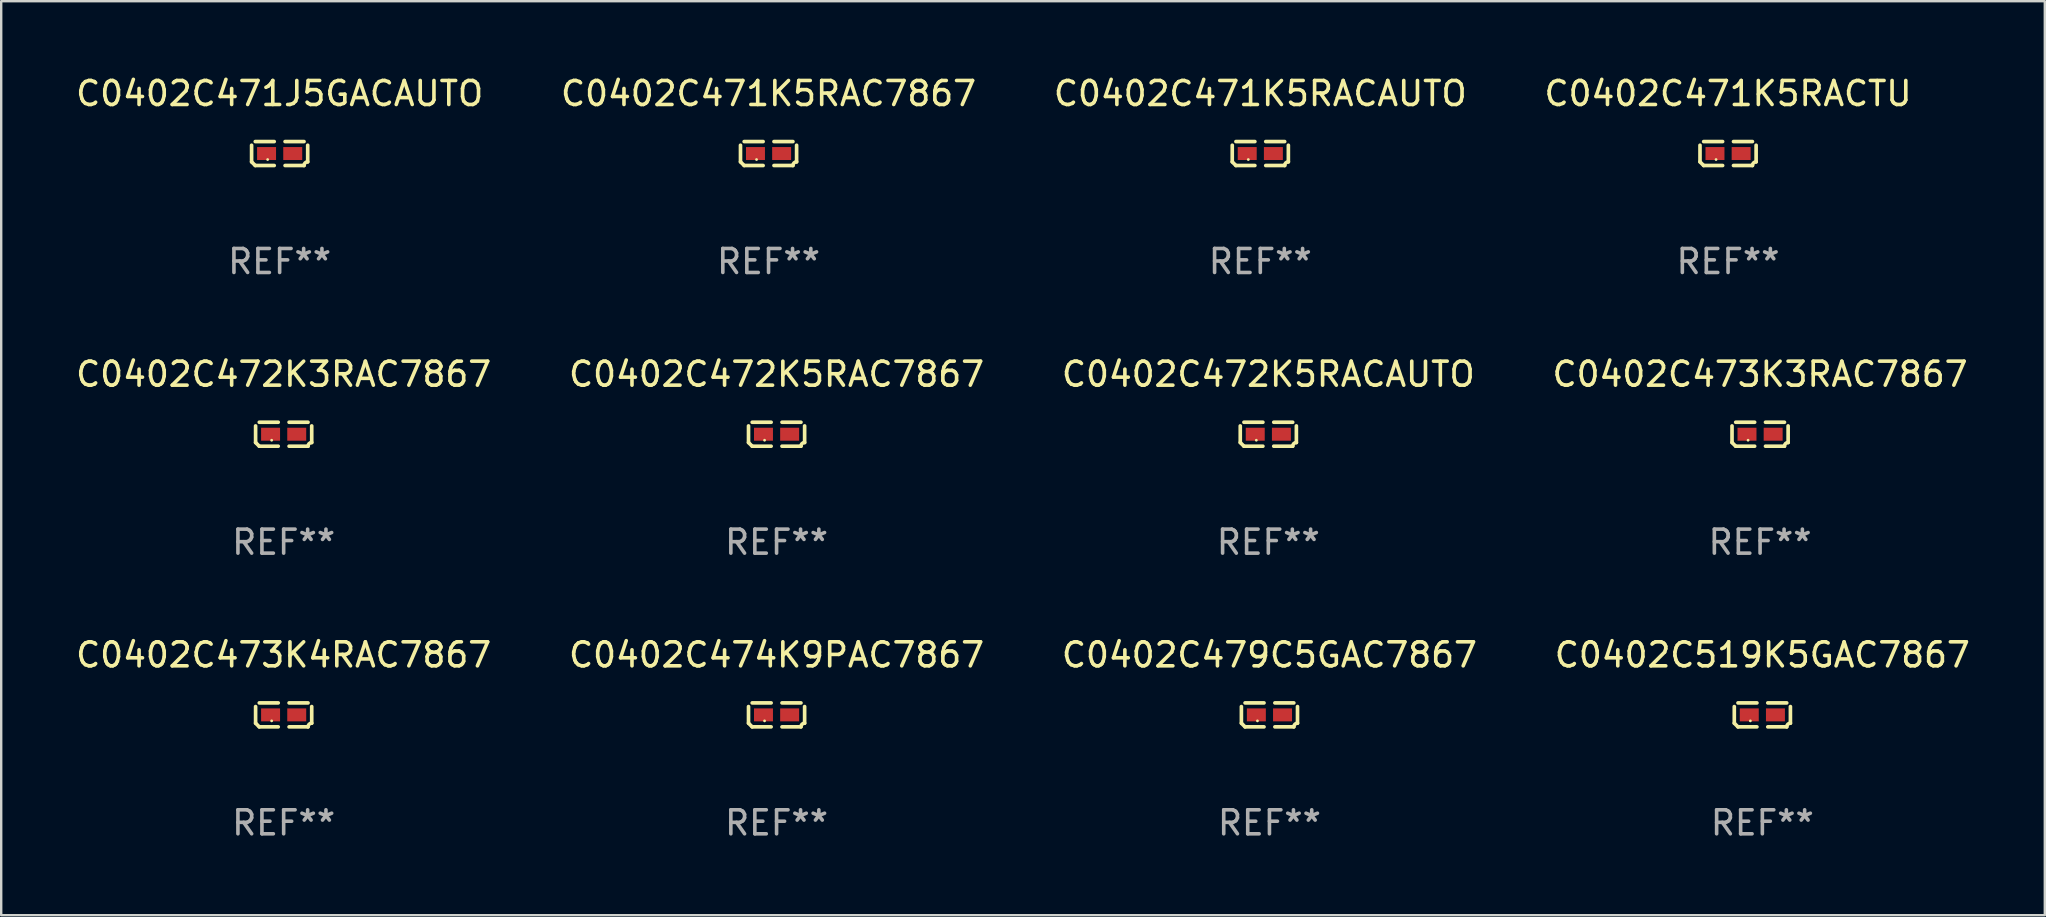
<source format=kicad_pcb>
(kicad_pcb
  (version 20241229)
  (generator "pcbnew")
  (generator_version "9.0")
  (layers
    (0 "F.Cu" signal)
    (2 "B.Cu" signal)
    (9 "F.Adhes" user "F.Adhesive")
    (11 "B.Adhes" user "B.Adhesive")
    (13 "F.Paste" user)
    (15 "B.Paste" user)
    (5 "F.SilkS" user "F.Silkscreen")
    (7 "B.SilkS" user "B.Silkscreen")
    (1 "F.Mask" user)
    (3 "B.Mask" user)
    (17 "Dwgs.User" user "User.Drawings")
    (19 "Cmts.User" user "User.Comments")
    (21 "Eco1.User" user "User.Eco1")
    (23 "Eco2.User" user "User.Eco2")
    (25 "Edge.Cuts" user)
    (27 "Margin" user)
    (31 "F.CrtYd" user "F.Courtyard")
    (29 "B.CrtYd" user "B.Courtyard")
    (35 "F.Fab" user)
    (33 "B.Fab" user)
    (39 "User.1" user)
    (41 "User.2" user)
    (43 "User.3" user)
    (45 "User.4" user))
  (footprint "C0402C471J5GACAUTO"
    (layer "F.Cu")
    (at 8.601 3.347)
    (property "Reference" "C0402C471J5GACAUTO" (at 0 -2.499 0) (layer "F.SilkS") (effects (font (size 1 1) (thickness 0.15))))
    (attr through_hole)
    (fp_line (start -1.169 0.346) (end -1.169 -0.346) (stroke (width 0.152) (type solid)) (layer "F.SilkS"))
    (fp_line (start -1.016 -0.499) (end -0.226 -0.499) (stroke (width 0.152) (type solid)) (layer "F.SilkS"))
    (fp_line (start -0.226 0.499) (end -1.016 0.499) (stroke (width 0.152) (type solid)) (layer "F.SilkS"))
    (fp_line (start 0.226 0.499) (end 1.016 0.499) (stroke (width 0.152) (type solid)) (layer "F.SilkS"))
    (fp_line (start 1.016 -0.499) (end 0.226 -0.499) (stroke (width 0.152) (type solid)) (layer "F.SilkS"))
    (fp_line (start 1.169 0.346) (end 1.169 -0.346) (stroke (width 0.152) (type solid)) (layer "F.SilkS"))
    (fp_arc (start -1.016307 0.498603) (mid -1.092512 0.422405) (end -1.16871 0.3462) (stroke (width 0.1524) (type solid)) (layer "F.SilkS"))
    (fp_arc (start 1.016307 0.498603) (mid 1.060899 0.390758) (end 1.168707 0.346076) (stroke (width 0.1524) (type solid)) (layer "F.SilkS"))
    (fp_circle (center -0.5 0.25) (end -0.47 0.25) (stroke (width 0.06) (type solid)) (fill no) (layer "F.SilkS"))
    (fp_text user "REF**" (at 0 4.499 0) (layer "F.Fab") (effects (font (size 1 1) (thickness 0.15))))
    (pad "1" smd rect (at -0.545 0) (size 0.79 0.54) (layers "F.Cu" "F.Mask" "F.Paste"))
    (pad "2" smd rect (at 0.545 0) (size 0.79 0.54) (layers "F.Cu" "F.Mask" "F.Paste")))
  (footprint "C0402C471K5RACTU"
    (layer "F.Cu")
    (at 68.946 3.347)
    (property "Reference" "C0402C471K5RACTU" (at 0 -2.499 0) (layer "F.SilkS") (effects (font (size 1 1) (thickness 0.15))))
    (attr through_hole)
    (fp_line (start -1.169 0.346) (end -1.169 -0.346) (stroke (width 0.152) (type solid)) (layer "F.SilkS"))
    (fp_line (start -1.016 -0.499) (end -0.226 -0.499) (stroke (width 0.152) (type solid)) (layer "F.SilkS"))
    (fp_line (start -0.226 0.499) (end -1.016 0.499) (stroke (width 0.152) (type solid)) (layer "F.SilkS"))
    (fp_line (start 0.226 0.499) (end 1.016 0.499) (stroke (width 0.152) (type solid)) (layer "F.SilkS"))
    (fp_line (start 1.016 -0.499) (end 0.226 -0.499) (stroke (width 0.152) (type solid)) (layer "F.SilkS"))
    (fp_line (start 1.169 0.346) (end 1.169 -0.346) (stroke (width 0.152) (type solid)) (layer "F.SilkS"))
    (fp_arc (start -1.016307 0.498603) (mid -1.092512 0.422405) (end -1.16871 0.3462) (stroke (width 0.1524) (type solid)) (layer "F.SilkS"))
    (fp_arc (start 1.016307 0.498603) (mid 1.060899 0.390758) (end 1.168707 0.346076) (stroke (width 0.1524) (type solid)) (layer "F.SilkS"))
    (fp_circle (center -0.5 0.25) (end -0.47 0.25) (stroke (width 0.06) (type solid)) (fill no) (layer "F.SilkS"))
    (fp_text user "REF**" (at 0 4.499 0) (layer "F.Fab") (effects (font (size 1 1) (thickness 0.15))))
    (pad "1" smd rect (at -0.545 0) (size 0.79 0.54) (layers "F.Cu" "F.Mask" "F.Paste"))
    (pad "2" smd rect (at 0.545 0) (size 0.79 0.54) (layers "F.Cu" "F.Mask" "F.Paste")))
  (footprint "C0402C519K5GAC7867"
    (layer "F.Cu")
    (at 70.375 26.734)
    (property "Reference" "C0402C519K5GAC7867" (at 0 -2.499 0) (layer "F.SilkS") (effects (font (size 1 1) (thickness 0.15))))
    (attr through_hole)
    (fp_line (start -1.169 0.346) (end -1.169 -0.346) (stroke (width 0.152) (type solid)) (layer "F.SilkS"))
    (fp_line (start -1.016 -0.499) (end -0.226 -0.499) (stroke (width 0.152) (type solid)) (layer "F.SilkS"))
    (fp_line (start -0.226 0.499) (end -1.016 0.499) (stroke (width 0.152) (type solid)) (layer "F.SilkS"))
    (fp_line (start 0.226 0.499) (end 1.016 0.499) (stroke (width 0.152) (type solid)) (layer "F.SilkS"))
    (fp_line (start 1.016 -0.499) (end 0.226 -0.499) (stroke (width 0.152) (type solid)) (layer "F.SilkS"))
    (fp_line (start 1.169 0.346) (end 1.169 -0.346) (stroke (width 0.152) (type solid)) (layer "F.SilkS"))
    (fp_arc (start -1.016307 0.498603) (mid -1.092512 0.422405) (end -1.16871 0.3462) (stroke (width 0.1524) (type solid)) (layer "F.SilkS"))
    (fp_arc (start 1.016307 0.498603) (mid 1.060899 0.390758) (end 1.168707 0.346076) (stroke (width 0.1524) (type solid)) (layer "F.SilkS"))
    (fp_circle (center -0.5 0.25) (end -0.47 0.25) (stroke (width 0.06) (type solid)) (fill no) (layer "F.SilkS"))
    (fp_text user "REF**" (at 0 4.499 0) (layer "F.Fab") (effects (font (size 1 1) (thickness 0.15))))
    (pad "1" smd rect (at -0.545 0) (size 0.79 0.54) (layers "F.Cu" "F.Mask" "F.Paste"))
    (pad "2" smd rect (at 0.545 0) (size 0.79 0.54) (layers "F.Cu" "F.Mask" "F.Paste")))
  (footprint "C0402C472K5RAC7867"
    (layer "F.Cu")
    (at 29.304 15.041)
    (property "Reference" "C0402C472K5RAC7867" (at 0 -2.499 0) (layer "F.SilkS") (effects (font (size 1 1) (thickness 0.15))))
    (attr through_hole)
    (fp_line (start -1.169 0.346) (end -1.169 -0.346) (stroke (width 0.152) (type solid)) (layer "F.SilkS"))
    (fp_line (start -1.016 -0.499) (end -0.226 -0.499) (stroke (width 0.152) (type solid)) (layer "F.SilkS"))
    (fp_line (start -0.226 0.499) (end -1.016 0.499) (stroke (width 0.152) (type solid)) (layer "F.SilkS"))
    (fp_line (start 0.226 0.499) (end 1.016 0.499) (stroke (width 0.152) (type solid)) (layer "F.SilkS"))
    (fp_line (start 1.016 -0.499) (end 0.226 -0.499) (stroke (width 0.152) (type solid)) (layer "F.SilkS"))
    (fp_line (start 1.169 0.346) (end 1.169 -0.346) (stroke (width 0.152) (type solid)) (layer "F.SilkS"))
    (fp_arc (start -1.016307 0.498603) (mid -1.092512 0.422405) (end -1.16871 0.3462) (stroke (width 0.1524) (type solid)) (layer "F.SilkS"))
    (fp_arc (start 1.016307 0.498603) (mid 1.060899 0.390758) (end 1.168707 0.346076) (stroke (width 0.1524) (type solid)) (layer "F.SilkS"))
    (fp_circle (center -0.5 0.25) (end -0.47 0.25) (stroke (width 0.06) (type solid)) (fill no) (layer "F.SilkS"))
    (fp_text user "REF**" (at 0 4.499 0) (layer "F.Fab") (effects (font (size 1 1) (thickness 0.15))))
    (pad "1" smd rect (at -0.545 0) (size 0.79 0.54) (layers "F.Cu" "F.Mask" "F.Paste"))
    (pad "2" smd rect (at 0.545 0) (size 0.79 0.54) (layers "F.Cu" "F.Mask" "F.Paste")))
  (footprint "C0402C472K3RAC7867"
    (layer "F.Cu")
    (at 8.768 15.041)
    (property "Reference" "C0402C472K3RAC7867" (at 0 -2.499 0) (layer "F.SilkS") (effects (font (size 1 1) (thickness 0.15))))
    (attr through_hole)
    (fp_line (start -1.169 0.346) (end -1.169 -0.346) (stroke (width 0.152) (type solid)) (layer "F.SilkS"))
    (fp_line (start -1.016 -0.499) (end -0.226 -0.499) (stroke (width 0.152) (type solid)) (layer "F.SilkS"))
    (fp_line (start -0.226 0.499) (end -1.016 0.499) (stroke (width 0.152) (type solid)) (layer "F.SilkS"))
    (fp_line (start 0.226 0.499) (end 1.016 0.499) (stroke (width 0.152) (type solid)) (layer "F.SilkS"))
    (fp_line (start 1.016 -0.499) (end 0.226 -0.499) (stroke (width 0.152) (type solid)) (layer "F.SilkS"))
    (fp_line (start 1.169 0.346) (end 1.169 -0.346) (stroke (width 0.152) (type solid)) (layer "F.SilkS"))
    (fp_arc (start -1.016307 0.498603) (mid -1.092512 0.422405) (end -1.16871 0.3462) (stroke (width 0.1524) (type solid)) (layer "F.SilkS"))
    (fp_arc (start 1.016307 0.498603) (mid 1.060899 0.390758) (end 1.168707 0.346076) (stroke (width 0.1524) (type solid)) (layer "F.SilkS"))
    (fp_circle (center -0.5 0.25) (end -0.47 0.25) (stroke (width 0.06) (type solid)) (fill no) (layer "F.SilkS"))
    (fp_text user "REF**" (at 0 4.499 0) (layer "F.Fab") (effects (font (size 1 1) (thickness 0.15))))
    (pad "1" smd rect (at -0.545 0) (size 0.79 0.54) (layers "F.Cu" "F.Mask" "F.Paste"))
    (pad "2" smd rect (at 0.545 0) (size 0.79 0.54) (layers "F.Cu" "F.Mask" "F.Paste")))
  (footprint "C0402C473K4RAC7867"
    (layer "F.Cu")
    (at 8.768 26.734)
    (property "Reference" "C0402C473K4RAC7867" (at 0 -2.499 0) (layer "F.SilkS") (effects (font (size 1 1) (thickness 0.15))))
    (attr through_hole)
    (fp_line (start -1.169 0.346) (end -1.169 -0.346) (stroke (width 0.152) (type solid)) (layer "F.SilkS"))
    (fp_line (start -1.016 -0.499) (end -0.226 -0.499) (stroke (width 0.152) (type solid)) (layer "F.SilkS"))
    (fp_line (start -0.226 0.499) (end -1.016 0.499) (stroke (width 0.152) (type solid)) (layer "F.SilkS"))
    (fp_line (start 0.226 0.499) (end 1.016 0.499) (stroke (width 0.152) (type solid)) (layer "F.SilkS"))
    (fp_line (start 1.016 -0.499) (end 0.226 -0.499) (stroke (width 0.152) (type solid)) (layer "F.SilkS"))
    (fp_line (start 1.169 0.346) (end 1.169 -0.346) (stroke (width 0.152) (type solid)) (layer "F.SilkS"))
    (fp_arc (start -1.016307 0.498603) (mid -1.092512 0.422405) (end -1.16871 0.3462) (stroke (width 0.1524) (type solid)) (layer "F.SilkS"))
    (fp_arc (start 1.016307 0.498603) (mid 1.060899 0.390758) (end 1.168707 0.346076) (stroke (width 0.1524) (type solid)) (layer "F.SilkS"))
    (fp_circle (center -0.5 0.25) (end -0.47 0.25) (stroke (width 0.06) (type solid)) (fill no) (layer "F.SilkS"))
    (fp_text user "REF**" (at 0 4.499 0) (layer "F.Fab") (effects (font (size 1 1) (thickness 0.15))))
    (pad "1" smd rect (at -0.545 0) (size 0.79 0.54) (layers "F.Cu" "F.Mask" "F.Paste"))
    (pad "2" smd rect (at 0.545 0) (size 0.79 0.54) (layers "F.Cu" "F.Mask" "F.Paste")))
  (footprint "C0402C474K9PAC7867"
    (layer "F.Cu")
    (at 29.304 26.734)
    (property "Reference" "C0402C474K9PAC7867" (at 0 -2.499 0) (layer "F.SilkS") (effects (font (size 1 1) (thickness 0.15))))
    (attr through_hole)
    (fp_line (start -1.169 0.346) (end -1.169 -0.346) (stroke (width 0.152) (type solid)) (layer "F.SilkS"))
    (fp_line (start -1.016 -0.499) (end -0.226 -0.499) (stroke (width 0.152) (type solid)) (layer "F.SilkS"))
    (fp_line (start -0.226 0.499) (end -1.016 0.499) (stroke (width 0.152) (type solid)) (layer "F.SilkS"))
    (fp_line (start 0.226 0.499) (end 1.016 0.499) (stroke (width 0.152) (type solid)) (layer "F.SilkS"))
    (fp_line (start 1.016 -0.499) (end 0.226 -0.499) (stroke (width 0.152) (type solid)) (layer "F.SilkS"))
    (fp_line (start 1.169 0.346) (end 1.169 -0.346) (stroke (width 0.152) (type solid)) (layer "F.SilkS"))
    (fp_arc (start -1.016307 0.498603) (mid -1.092512 0.422405) (end -1.16871 0.3462) (stroke (width 0.1524) (type solid)) (layer "F.SilkS"))
    (fp_arc (start 1.016307 0.498603) (mid 1.060899 0.390758) (end 1.168707 0.346076) (stroke (width 0.1524) (type solid)) (layer "F.SilkS"))
    (fp_circle (center -0.5 0.25) (end -0.47 0.25) (stroke (width 0.06) (type solid)) (fill no) (layer "F.SilkS"))
    (fp_text user "REF**" (at 0 4.499 0) (layer "F.Fab") (effects (font (size 1 1) (thickness 0.15))))
    (pad "1" smd rect (at -0.545 0) (size 0.79 0.54) (layers "F.Cu" "F.Mask" "F.Paste"))
    (pad "2" smd rect (at 0.545 0) (size 0.79 0.54) (layers "F.Cu" "F.Mask" "F.Paste")))
  (footprint "C0402C471K5RACAUTO"
    (layer "F.Cu")
    (at 49.458 3.347)
    (property "Reference" "C0402C471K5RACAUTO" (at 0 -2.499 0) (layer "F.SilkS") (effects (font (size 1 1) (thickness 0.15))))
    (attr through_hole)
    (fp_line (start -1.169 0.346) (end -1.169 -0.346) (stroke (width 0.152) (type solid)) (layer "F.SilkS"))
    (fp_line (start -1.016 -0.499) (end -0.226 -0.499) (stroke (width 0.152) (type solid)) (layer "F.SilkS"))
    (fp_line (start -0.226 0.499) (end -1.016 0.499) (stroke (width 0.152) (type solid)) (layer "F.SilkS"))
    (fp_line (start 0.226 0.499) (end 1.016 0.499) (stroke (width 0.152) (type solid)) (layer "F.SilkS"))
    (fp_line (start 1.016 -0.499) (end 0.226 -0.499) (stroke (width 0.152) (type solid)) (layer "F.SilkS"))
    (fp_line (start 1.169 0.346) (end 1.169 -0.346) (stroke (width 0.152) (type solid)) (layer "F.SilkS"))
    (fp_arc (start -1.016307 0.498603) (mid -1.092512 0.422405) (end -1.16871 0.3462) (stroke (width 0.1524) (type solid)) (layer "F.SilkS"))
    (fp_arc (start 1.016307 0.498603) (mid 1.060899 0.390758) (end 1.168707 0.346076) (stroke (width 0.1524) (type solid)) (layer "F.SilkS"))
    (fp_circle (center -0.5 0.25) (end -0.47 0.25) (stroke (width 0.06) (type solid)) (fill no) (layer "F.SilkS"))
    (fp_text user "REF**" (at 0 4.499 0) (layer "F.Fab") (effects (font (size 1 1) (thickness 0.15))))
    (pad "1" smd rect (at -0.545 0) (size 0.79 0.54) (layers "F.Cu" "F.Mask" "F.Paste"))
    (pad "2" smd rect (at 0.545 0) (size 0.79 0.54) (layers "F.Cu" "F.Mask" "F.Paste")))
  (footprint "C0402C479C5GAC7867"
    (layer "F.Cu")
    (at 49.839 26.734)
    (property "Reference" "C0402C479C5GAC7867" (at 0 -2.499 0) (layer "F.SilkS") (effects (font (size 1 1) (thickness 0.15))))
    (attr through_hole)
    (fp_line (start -1.169 0.346) (end -1.169 -0.346) (stroke (width 0.152) (type solid)) (layer "F.SilkS"))
    (fp_line (start -1.016 -0.499) (end -0.226 -0.499) (stroke (width 0.152) (type solid)) (layer "F.SilkS"))
    (fp_line (start -0.226 0.499) (end -1.016 0.499) (stroke (width 0.152) (type solid)) (layer "F.SilkS"))
    (fp_line (start 0.226 0.499) (end 1.016 0.499) (stroke (width 0.152) (type solid)) (layer "F.SilkS"))
    (fp_line (start 1.016 -0.499) (end 0.226 -0.499) (stroke (width 0.152) (type solid)) (layer "F.SilkS"))
    (fp_line (start 1.169 0.346) (end 1.169 -0.346) (stroke (width 0.152) (type solid)) (layer "F.SilkS"))
    (fp_arc (start -1.016307 0.498603) (mid -1.092512 0.422405) (end -1.16871 0.3462) (stroke (width 0.1524) (type solid)) (layer "F.SilkS"))
    (fp_arc (start 1.016307 0.498603) (mid 1.060899 0.390758) (end 1.168707 0.346076) (stroke (width 0.1524) (type solid)) (layer "F.SilkS"))
    (fp_circle (center -0.5 0.25) (end -0.47 0.25) (stroke (width 0.06) (type solid)) (fill no) (layer "F.SilkS"))
    (fp_text user "REF**" (at 0 4.499 0) (layer "F.Fab") (effects (font (size 1 1) (thickness 0.15))))
    (pad "1" smd rect (at -0.545 0) (size 0.79 0.54) (layers "F.Cu" "F.Mask" "F.Paste"))
    (pad "2" smd rect (at 0.545 0) (size 0.79 0.54) (layers "F.Cu" "F.Mask" "F.Paste")))
  (footprint "C0402C472K5RACAUTO"
    (layer "F.Cu")
    (at 49.792 15.041)
    (property "Reference" "C0402C472K5RACAUTO" (at 0 -2.499 0) (layer "F.SilkS") (effects (font (size 1 1) (thickness 0.15))))
    (attr through_hole)
    (fp_line (start -1.169 0.346) (end -1.169 -0.346) (stroke (width 0.152) (type solid)) (layer "F.SilkS"))
    (fp_line (start -1.016 -0.499) (end -0.226 -0.499) (stroke (width 0.152) (type solid)) (layer "F.SilkS"))
    (fp_line (start -0.226 0.499) (end -1.016 0.499) (stroke (width 0.152) (type solid)) (layer "F.SilkS"))
    (fp_line (start 0.226 0.499) (end 1.016 0.499) (stroke (width 0.152) (type solid)) (layer "F.SilkS"))
    (fp_line (start 1.016 -0.499) (end 0.226 -0.499) (stroke (width 0.152) (type solid)) (layer "F.SilkS"))
    (fp_line (start 1.169 0.346) (end 1.169 -0.346) (stroke (width 0.152) (type solid)) (layer "F.SilkS"))
    (fp_arc (start -1.016307 0.498603) (mid -1.092512 0.422405) (end -1.16871 0.3462) (stroke (width 0.1524) (type solid)) (layer "F.SilkS"))
    (fp_arc (start 1.016307 0.498603) (mid 1.060899 0.390758) (end 1.168707 0.346076) (stroke (width 0.1524) (type solid)) (layer "F.SilkS"))
    (fp_circle (center -0.5 0.25) (end -0.47 0.25) (stroke (width 0.06) (type solid)) (fill no) (layer "F.SilkS"))
    (fp_text user "REF**" (at 0 4.499 0) (layer "F.Fab") (effects (font (size 1 1) (thickness 0.15))))
    (pad "1" smd rect (at -0.545 0) (size 0.79 0.54) (layers "F.Cu" "F.Mask" "F.Paste"))
    (pad "2" smd rect (at 0.545 0) (size 0.79 0.54) (layers "F.Cu" "F.Mask" "F.Paste")))
  (footprint "C0402C473K3RAC7867"
    (layer "F.Cu")
    (at 70.28 15.041)
    (property "Reference" "C0402C473K3RAC7867" (at 0 -2.499 0) (layer "F.SilkS") (effects (font (size 1 1) (thickness 0.15))))
    (attr through_hole)
    (fp_line (start -1.169 0.346) (end -1.169 -0.346) (stroke (width 0.152) (type solid)) (layer "F.SilkS"))
    (fp_line (start -1.016 -0.499) (end -0.226 -0.499) (stroke (width 0.152) (type solid)) (layer "F.SilkS"))
    (fp_line (start -0.226 0.499) (end -1.016 0.499) (stroke (width 0.152) (type solid)) (layer "F.SilkS"))
    (fp_line (start 0.226 0.499) (end 1.016 0.499) (stroke (width 0.152) (type solid)) (layer "F.SilkS"))
    (fp_line (start 1.016 -0.499) (end 0.226 -0.499) (stroke (width 0.152) (type solid)) (layer "F.SilkS"))
    (fp_line (start 1.169 0.346) (end 1.169 -0.346) (stroke (width 0.152) (type solid)) (layer "F.SilkS"))
    (fp_arc (start -1.016307 0.498603) (mid -1.092512 0.422405) (end -1.16871 0.3462) (stroke (width 0.1524) (type solid)) (layer "F.SilkS"))
    (fp_arc (start 1.016307 0.498603) (mid 1.060899 0.390758) (end 1.168707 0.346076) (stroke (width 0.1524) (type solid)) (layer "F.SilkS"))
    (fp_circle (center -0.5 0.25) (end -0.47 0.25) (stroke (width 0.06) (type solid)) (fill no) (layer "F.SilkS"))
    (fp_text user "REF**" (at 0 4.499 0) (layer "F.Fab") (effects (font (size 1 1) (thickness 0.15))))
    (pad "1" smd rect (at -0.545 0) (size 0.79 0.54) (layers "F.Cu" "F.Mask" "F.Paste"))
    (pad "2" smd rect (at 0.545 0) (size 0.79 0.54) (layers "F.Cu" "F.Mask" "F.Paste")))
  (footprint "C0402C471K5RAC7867"
    (layer "F.Cu")
    (at 28.97 3.347)
    (property "Reference" "C0402C471K5RAC7867" (at 0 -2.499 0) (layer "F.SilkS") (effects (font (size 1 1) (thickness 0.15))))
    (attr through_hole)
    (fp_line (start -1.169 0.346) (end -1.169 -0.346) (stroke (width 0.152) (type solid)) (layer "F.SilkS"))
    (fp_line (start -1.016 -0.499) (end -0.226 -0.499) (stroke (width 0.152) (type solid)) (layer "F.SilkS"))
    (fp_line (start -0.226 0.499) (end -1.016 0.499) (stroke (width 0.152) (type solid)) (layer "F.SilkS"))
    (fp_line (start 0.226 0.499) (end 1.016 0.499) (stroke (width 0.152) (type solid)) (layer "F.SilkS"))
    (fp_line (start 1.016 -0.499) (end 0.226 -0.499) (stroke (width 0.152) (type solid)) (layer "F.SilkS"))
    (fp_line (start 1.169 0.346) (end 1.169 -0.346) (stroke (width 0.152) (type solid)) (layer "F.SilkS"))
    (fp_arc (start -1.016307 0.498603) (mid -1.092512 0.422405) (end -1.16871 0.3462) (stroke (width 0.1524) (type solid)) (layer "F.SilkS"))
    (fp_arc (start 1.016307 0.498603) (mid 1.060899 0.390758) (end 1.168707 0.346076) (stroke (width 0.1524) (type solid)) (layer "F.SilkS"))
    (fp_circle (center -0.5 0.25) (end -0.47 0.25) (stroke (width 0.06) (type solid)) (fill no) (layer "F.SilkS"))
    (fp_text user "REF**" (at 0 4.499 0) (layer "F.Fab") (effects (font (size 1 1) (thickness 0.15))))
    (pad "1" smd rect (at -0.545 0) (size 0.79 0.54) (layers "F.Cu" "F.Mask" "F.Paste"))
    (pad "2" smd rect (at 0.545 0) (size 0.79 0.54) (layers "F.Cu" "F.Mask" "F.Paste")))
  (gr_rect
    (start -3 -3)
    (end 82.143 35.081)
    (stroke (width 0.1) (type default))
    (fill no)
    (layer "Edge.Cuts")))
</source>
